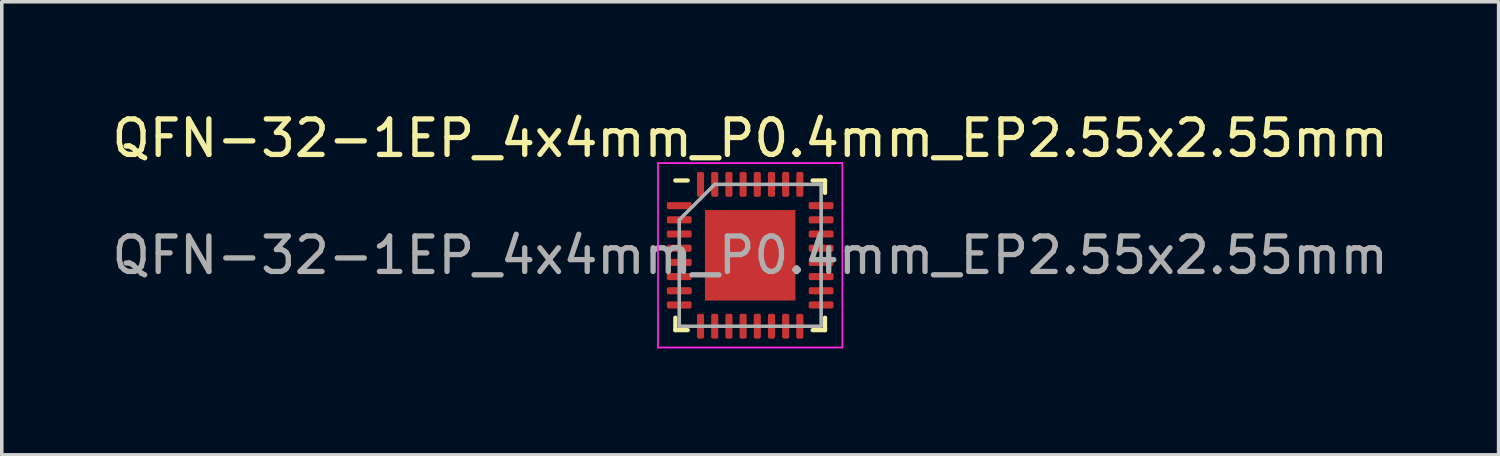
<source format=kicad_pcb>
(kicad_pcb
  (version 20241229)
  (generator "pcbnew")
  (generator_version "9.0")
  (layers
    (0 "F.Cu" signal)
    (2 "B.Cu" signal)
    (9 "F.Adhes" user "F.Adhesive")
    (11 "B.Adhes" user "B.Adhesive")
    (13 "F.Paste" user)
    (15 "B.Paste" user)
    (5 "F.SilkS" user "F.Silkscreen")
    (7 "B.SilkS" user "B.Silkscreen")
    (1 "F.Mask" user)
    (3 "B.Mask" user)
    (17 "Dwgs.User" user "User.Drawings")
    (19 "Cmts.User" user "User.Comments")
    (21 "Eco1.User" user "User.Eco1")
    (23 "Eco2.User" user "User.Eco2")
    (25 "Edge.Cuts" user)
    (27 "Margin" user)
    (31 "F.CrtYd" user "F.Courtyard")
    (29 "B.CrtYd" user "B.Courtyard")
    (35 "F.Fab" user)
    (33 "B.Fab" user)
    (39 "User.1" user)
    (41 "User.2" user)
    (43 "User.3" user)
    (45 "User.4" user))
  (footprint "QFN-32-1EP_4x4mm_P0.4mm_EP2.55x2.55mm"
    (layer "F.Cu")
    (at 18.101 4.148)
    (property "Reference" "QFN-32-1EP_4x4mm_P0.4mm_EP2.55x2.55mm" (at 0 -3.3 0) (layer "F.SilkS") (effects (font (size 1 1) (thickness 0.15))))
    (attr smd)
    (fp_line (start -2.11 2.11) (end -2.11 1.76) (stroke (width 0.12) (type solid)) (layer "F.SilkS"))
    (fp_line (start -1.76 -2.11) (end -2.11 -2.11) (stroke (width 0.12) (type solid)) (layer "F.SilkS"))
    (fp_line (start -1.76 2.11) (end -2.11 2.11) (stroke (width 0.12) (type solid)) (layer "F.SilkS"))
    (fp_line (start 1.76 -2.11) (end 2.11 -2.11) (stroke (width 0.12) (type solid)) (layer "F.SilkS"))
    (fp_line (start 1.76 2.11) (end 2.11 2.11) (stroke (width 0.12) (type solid)) (layer "F.SilkS"))
    (fp_line (start 2.11 -2.11) (end 2.11 -1.76) (stroke (width 0.12) (type solid)) (layer "F.SilkS"))
    (fp_line (start 2.11 2.11) (end 2.11 1.76) (stroke (width 0.12) (type solid)) (layer "F.SilkS"))
    (fp_line (start -2.6 -2.6) (end -2.6 2.6) (stroke (width 0.05) (type solid)) (layer "F.CrtYd"))
    (fp_line (start -2.6 2.6) (end 2.6 2.6) (stroke (width 0.05) (type solid)) (layer "F.CrtYd"))
    (fp_line (start 2.6 -2.6) (end -2.6 -2.6) (stroke (width 0.05) (type solid)) (layer "F.CrtYd"))
    (fp_line (start 2.6 2.6) (end 2.6 -2.6) (stroke (width 0.05) (type solid)) (layer "F.CrtYd"))
    (fp_line (start -2 -1) (end -1 -2) (stroke (width 0.1) (type solid)) (layer "F.Fab"))
    (fp_line (start -2 2) (end -2 -1) (stroke (width 0.1) (type solid)) (layer "F.Fab"))
    (fp_line (start -1 -2) (end 2 -2) (stroke (width 0.1) (type solid)) (layer "F.Fab"))
    (fp_line (start 2 -2) (end 2 2) (stroke (width 0.1) (type solid)) (layer "F.Fab"))
    (fp_line (start 2 2) (end -2 2) (stroke (width 0.1) (type solid)) (layer "F.Fab"))
    (fp_text user "${REFERENCE}" (at 0 0 0) (layer "F.Fab") (effects (font (size 1 1) (thickness 0.15))))
    (pad "" smd roundrect (at -0.66 -0.66) (size 1.12 1.12) (layers "F.Paste") (roundrect_rratio 0.214))
    (pad "" smd roundrect (at -0.635 0.66) (size 1.12 1.12) (layers "F.Paste") (roundrect_rratio 0.214))
    (pad "" smd roundrect (at 0.66 -0.66) (size 1.12 1.12) (layers "F.Paste") (roundrect_rratio 0.214))
    (pad "" smd roundrect (at 0.66 0.635) (size 1.12 1.12) (layers "F.Paste") (roundrect_rratio 0.214))
    (pad "1" smd roundrect (at -2 -1.4) (size 0.7 0.2) (layers "F.Cu" "F.Mask" "F.Paste") (roundrect_rratio 0.25))
    (pad "2" smd roundrect (at -2 -1) (size 0.7 0.2) (layers "F.Cu" "F.Mask" "F.Paste") (roundrect_rratio 0.25))
    (pad "3" smd roundrect (at -2 -0.6) (size 0.7 0.2) (layers "F.Cu" "F.Mask" "F.Paste") (roundrect_rratio 0.25))
    (pad "4" smd roundrect (at -2 -0.2) (size 0.7 0.2) (layers "F.Cu" "F.Mask" "F.Paste") (roundrect_rratio 0.25))
    (pad "5" smd roundrect (at -2 0.2) (size 0.7 0.2) (layers "F.Cu" "F.Mask" "F.Paste") (roundrect_rratio 0.25))
    (pad "6" smd roundrect (at -2 0.6) (size 0.7 0.2) (layers "F.Cu" "F.Mask" "F.Paste") (roundrect_rratio 0.25))
    (pad "7" smd roundrect (at -2 1) (size 0.7 0.2) (layers "F.Cu" "F.Mask" "F.Paste") (roundrect_rratio 0.25))
    (pad "8" smd roundrect (at -2 1.4) (size 0.7 0.2) (layers "F.Cu" "F.Mask" "F.Paste") (roundrect_rratio 0.25))
    (pad "9" smd roundrect (at -1.4 2) (size 0.2 0.7) (layers "F.Cu" "F.Mask" "F.Paste") (roundrect_rratio 0.25))
    (pad "10" smd roundrect (at -1 2) (size 0.2 0.7) (layers "F.Cu" "F.Mask" "F.Paste") (roundrect_rratio 0.25))
    (pad "11" smd roundrect (at -0.6 2) (size 0.2 0.7) (layers "F.Cu" "F.Mask" "F.Paste") (roundrect_rratio 0.25))
    (pad "12" smd roundrect (at -0.2 2) (size 0.2 0.7) (layers "F.Cu" "F.Mask" "F.Paste") (roundrect_rratio 0.25))
    (pad "13" smd roundrect (at 0.2 2) (size 0.2 0.7) (layers "F.Cu" "F.Mask" "F.Paste") (roundrect_rratio 0.25))
    (pad "14" smd roundrect (at 0.6 2) (size 0.2 0.7) (layers "F.Cu" "F.Mask" "F.Paste") (roundrect_rratio 0.25))
    (pad "15" smd roundrect (at 1 2) (size 0.2 0.7) (layers "F.Cu" "F.Mask" "F.Paste") (roundrect_rratio 0.25))
    (pad "16" smd roundrect (at 1.4 2) (size 0.2 0.7) (layers "F.Cu" "F.Mask" "F.Paste") (roundrect_rratio 0.25))
    (pad "17" smd roundrect (at 2 1.4) (size 0.7 0.2) (layers "F.Cu" "F.Mask" "F.Paste") (roundrect_rratio 0.25))
    (pad "18" smd roundrect (at 2 1) (size 0.7 0.2) (layers "F.Cu" "F.Mask" "F.Paste") (roundrect_rratio 0.25))
    (pad "19" smd roundrect (at 2 0.6) (size 0.7 0.2) (layers "F.Cu" "F.Mask" "F.Paste") (roundrect_rratio 0.25))
    (pad "20" smd roundrect (at 2 0.2) (size 0.7 0.2) (layers "F.Cu" "F.Mask" "F.Paste") (roundrect_rratio 0.25))
    (pad "21" smd roundrect (at 2 -0.2) (size 0.7 0.2) (layers "F.Cu" "F.Mask" "F.Paste") (roundrect_rratio 0.25))
    (pad "22" smd roundrect (at 2 -0.6) (size 0.7 0.2) (layers "F.Cu" "F.Mask" "F.Paste") (roundrect_rratio 0.25))
    (pad "23" smd roundrect (at 2 -1) (size 0.7 0.2) (layers "F.Cu" "F.Mask" "F.Paste") (roundrect_rratio 0.25))
    (pad "24" smd roundrect (at 2 -1.4) (size 0.7 0.2) (layers "F.Cu" "F.Mask" "F.Paste") (roundrect_rratio 0.25))
    (pad "25" smd roundrect (at 1.4 -2) (size 0.2 0.7) (layers "F.Cu" "F.Mask" "F.Paste") (roundrect_rratio 0.25))
    (pad "26" smd roundrect (at 1 -2) (size 0.2 0.7) (layers "F.Cu" "F.Mask" "F.Paste") (roundrect_rratio 0.25))
    (pad "27" smd roundrect (at 0.6 -2) (size 0.2 0.7) (layers "F.Cu" "F.Mask" "F.Paste") (roundrect_rratio 0.25))
    (pad "28" smd roundrect (at 0.2 -2) (size 0.2 0.7) (layers "F.Cu" "F.Mask" "F.Paste") (roundrect_rratio 0.25))
    (pad "29" smd roundrect (at -0.2 -2) (size 0.2 0.7) (layers "F.Cu" "F.Mask" "F.Paste") (roundrect_rratio 0.25))
    (pad "30" smd roundrect (at -0.6 -2) (size 0.2 0.7) (layers "F.Cu" "F.Mask" "F.Paste") (roundrect_rratio 0.25))
    (pad "31" smd roundrect (at -1 -2) (size 0.2 0.7) (layers "F.Cu" "F.Mask" "F.Paste") (roundrect_rratio 0.25))
    (pad "32" smd roundrect (at -1.4 -2) (size 0.2 0.7) (layers "F.Cu" "F.Mask" "F.Paste") (roundrect_rratio 0.25))
    (pad "33" smd rect (at 0 0) (size 2.55 2.55) (layers "F.Cu" "F.Mask")))
  (gr_rect
    (start -3 -3)
    (end 39.202 9.773)
    (stroke (width 0.1) (type default))
    (fill no)
    (layer "Edge.Cuts")))
</source>
